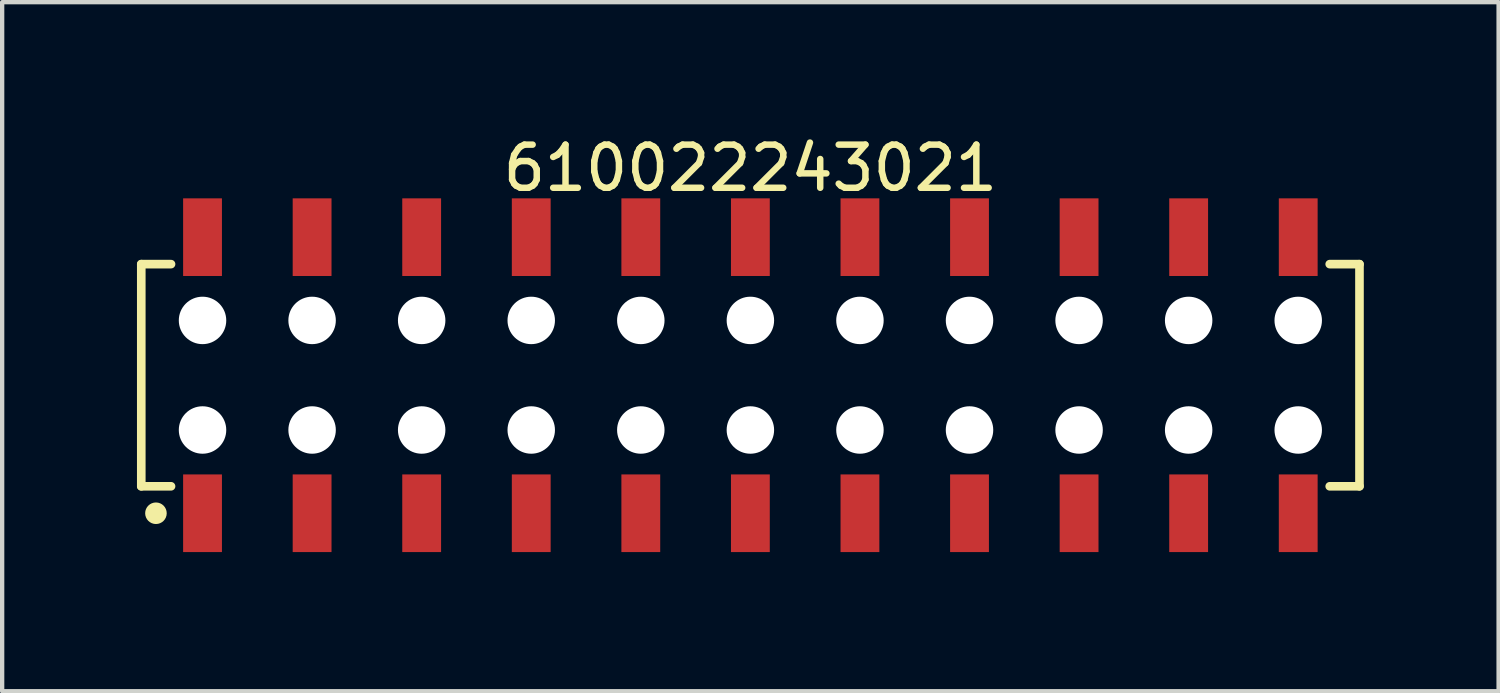
<source format=kicad_pcb>
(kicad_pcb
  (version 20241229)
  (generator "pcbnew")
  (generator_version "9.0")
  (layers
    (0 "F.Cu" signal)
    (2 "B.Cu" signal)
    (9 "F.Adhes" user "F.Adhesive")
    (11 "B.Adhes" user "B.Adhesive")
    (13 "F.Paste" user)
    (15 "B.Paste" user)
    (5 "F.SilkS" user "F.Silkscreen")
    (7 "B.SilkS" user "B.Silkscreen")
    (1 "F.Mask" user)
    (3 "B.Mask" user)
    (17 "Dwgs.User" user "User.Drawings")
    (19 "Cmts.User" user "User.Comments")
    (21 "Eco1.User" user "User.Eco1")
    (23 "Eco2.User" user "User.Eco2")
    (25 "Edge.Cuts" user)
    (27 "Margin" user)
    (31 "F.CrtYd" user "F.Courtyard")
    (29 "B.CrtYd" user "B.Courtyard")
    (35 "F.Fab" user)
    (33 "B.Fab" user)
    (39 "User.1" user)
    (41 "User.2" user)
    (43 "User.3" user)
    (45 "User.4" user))
  (footprint "610022243021"
    (layer "F.Cu")
    (at 14.345 5.648)
    (property "Reference" "610022243021" (at 0 -4.8 0) (layer "F.SilkS") (effects (font (size 1 1) (thickness 0.15))))
    (fp_line (start -14.12 -2.575) (end -13.43 -2.575) (stroke (width 0.2) (type solid)) (layer "F.SilkS"))
    (fp_line (start -14.12 2.575) (end -14.12 -2.575) (stroke (width 0.2) (type solid)) (layer "F.SilkS"))
    (fp_line (start -14.12 2.575) (end -13.43 2.575) (stroke (width 0.2) (type solid)) (layer "F.SilkS"))
    (fp_line (start 13.43 -2.575) (end 14.12 -2.575) (stroke (width 0.2) (type solid)) (layer "F.SilkS"))
    (fp_line (start 13.43 2.575) (end 14.12 2.575) (stroke (width 0.2) (type solid)) (layer "F.SilkS"))
    (fp_line (start 14.12 2.575) (end 14.12 -2.575) (stroke (width 0.2) (type solid)) (layer "F.SilkS"))
    (fp_circle (center -13.78 3.2) (end -13.78 3.075) (stroke (width 0.25) (type solid)) (fill no) (layer "F.SilkS"))
    (fp_line (start -14.32 -4.3) (end 14.32 -4.3) (stroke (width 0.05) (type solid)) (layer "Eco2.User"))
    (fp_line (start -14.32 4.3) (end -14.32 -4.3) (stroke (width 0.05) (type solid)) (layer "Eco2.User"))
    (fp_line (start -14.32 4.3) (end 14.32 4.3) (stroke (width 0.05) (type solid)) (layer "Eco2.User"))
    (fp_line (start -13.97 -2.5) (end 13.97 -2.5) (stroke (width 0.1) (type solid)) (layer "Eco2.User"))
    (fp_line (start -13.97 2.5) (end -13.97 -2.5) (stroke (width 0.1) (type solid)) (layer "Eco2.User"))
    (fp_line (start -13.97 2.5) (end 13.97 2.5) (stroke (width 0.1) (type solid)) (layer "Eco2.User"))
    (fp_line (start -12.95 -3.6) (end -12.45 -3.6) (stroke (width 0.1) (type solid)) (layer "Eco2.User"))
    (fp_line (start -12.95 -2.5) (end -12.95 -3.6) (stroke (width 0.1) (type solid)) (layer "Eco2.User"))
    (fp_line (start -12.95 3.6) (end -12.95 2.5) (stroke (width 0.1) (type solid)) (layer "Eco2.User"))
    (fp_line (start -12.95 3.6) (end -12.45 3.6) (stroke (width 0.1) (type solid)) (layer "Eco2.User"))
    (fp_line (start -12.45 -2.5) (end -12.45 -3.6) (stroke (width 0.1) (type solid)) (layer "Eco2.User"))
    (fp_line (start -12.45 3.6) (end -12.45 2.5) (stroke (width 0.1) (type solid)) (layer "Eco2.User"))
    (fp_line (start -10.41 -3.6) (end -9.91 -3.6) (stroke (width 0.1) (type solid)) (layer "Eco2.User"))
    (fp_line (start -10.41 -2.5) (end -10.41 -3.6) (stroke (width 0.1) (type solid)) (layer "Eco2.User"))
    (fp_line (start -10.41 3.6) (end -10.41 2.5) (stroke (width 0.1) (type solid)) (layer "Eco2.User"))
    (fp_line (start -10.41 3.6) (end -9.91 3.6) (stroke (width 0.1) (type solid)) (layer "Eco2.User"))
    (fp_line (start -9.91 -2.5) (end -9.91 -3.6) (stroke (width 0.1) (type solid)) (layer "Eco2.User"))
    (fp_line (start -9.91 3.6) (end -9.91 2.5) (stroke (width 0.1) (type solid)) (layer "Eco2.User"))
    (fp_line (start -7.87 -3.6) (end -7.37 -3.6) (stroke (width 0.1) (type solid)) (layer "Eco2.User"))
    (fp_line (start -7.87 -2.5) (end -7.87 -3.6) (stroke (width 0.1) (type solid)) (layer "Eco2.User"))
    (fp_line (start -7.87 3.6) (end -7.87 2.5) (stroke (width 0.1) (type solid)) (layer "Eco2.User"))
    (fp_line (start -7.87 3.6) (end -7.37 3.6) (stroke (width 0.1) (type solid)) (layer "Eco2.User"))
    (fp_line (start -7.37 -2.5) (end -7.37 -3.6) (stroke (width 0.1) (type solid)) (layer "Eco2.User"))
    (fp_line (start -7.37 3.6) (end -7.37 2.5) (stroke (width 0.1) (type solid)) (layer "Eco2.User"))
    (fp_line (start -5.33 -3.6) (end -4.83 -3.6) (stroke (width 0.1) (type solid)) (layer "Eco2.User"))
    (fp_line (start -5.33 -2.5) (end -5.33 -3.6) (stroke (width 0.1) (type solid)) (layer "Eco2.User"))
    (fp_line (start -5.33 3.6) (end -5.33 2.5) (stroke (width 0.1) (type solid)) (layer "Eco2.User"))
    (fp_line (start -5.33 3.6) (end -4.83 3.6) (stroke (width 0.1) (type solid)) (layer "Eco2.User"))
    (fp_line (start -4.83 -2.5) (end -4.83 -3.6) (stroke (width 0.1) (type solid)) (layer "Eco2.User"))
    (fp_line (start -4.83 3.6) (end -4.83 2.5) (stroke (width 0.1) (type solid)) (layer "Eco2.User"))
    (fp_line (start -2.79 -3.6) (end -2.29 -3.6) (stroke (width 0.1) (type solid)) (layer "Eco2.User"))
    (fp_line (start -2.79 -2.5) (end -2.79 -3.6) (stroke (width 0.1) (type solid)) (layer "Eco2.User"))
    (fp_line (start -2.79 3.6) (end -2.79 2.5) (stroke (width 0.1) (type solid)) (layer "Eco2.User"))
    (fp_line (start -2.79 3.6) (end -2.29 3.6) (stroke (width 0.1) (type solid)) (layer "Eco2.User"))
    (fp_line (start -2.29 -2.5) (end -2.29 -3.6) (stroke (width 0.1) (type solid)) (layer "Eco2.User"))
    (fp_line (start -2.29 3.6) (end -2.29 2.5) (stroke (width 0.1) (type solid)) (layer "Eco2.User"))
    (fp_line (start -0.5 0) (end 0.5 0) (stroke (width 0.05) (type solid)) (layer "Eco2.User"))
    (fp_line (start -0.25 -3.6) (end 0.25 -3.6) (stroke (width 0.1) (type solid)) (layer "Eco2.User"))
    (fp_line (start -0.25 -2.5) (end -0.25 -3.6) (stroke (width 0.1) (type solid)) (layer "Eco2.User"))
    (fp_line (start -0.25 3.6) (end -0.25 2.5) (stroke (width 0.1) (type solid)) (layer "Eco2.User"))
    (fp_line (start -0.25 3.6) (end 0.25 3.6) (stroke (width 0.1) (type solid)) (layer "Eco2.User"))
    (fp_line (start 0 0.5) (end 0 -0.5) (stroke (width 0.05) (type solid)) (layer "Eco2.User"))
    (fp_line (start 0.25 -2.5) (end 0.25 -3.6) (stroke (width 0.1) (type solid)) (layer "Eco2.User"))
    (fp_line (start 0.25 3.6) (end 0.25 2.5) (stroke (width 0.1) (type solid)) (layer "Eco2.User"))
    (fp_line (start 2.29 -3.6) (end 2.79 -3.6) (stroke (width 0.1) (type solid)) (layer "Eco2.User"))
    (fp_line (start 2.29 -2.5) (end 2.29 -3.6) (stroke (width 0.1) (type solid)) (layer "Eco2.User"))
    (fp_line (start 2.29 3.6) (end 2.29 2.5) (stroke (width 0.1) (type solid)) (layer "Eco2.User"))
    (fp_line (start 2.29 3.6) (end 2.79 3.6) (stroke (width 0.1) (type solid)) (layer "Eco2.User"))
    (fp_line (start 2.79 -2.5) (end 2.79 -3.6) (stroke (width 0.1) (type solid)) (layer "Eco2.User"))
    (fp_line (start 2.79 3.6) (end 2.79 2.5) (stroke (width 0.1) (type solid)) (layer "Eco2.User"))
    (fp_line (start 4.83 -3.6) (end 5.33 -3.6) (stroke (width 0.1) (type solid)) (layer "Eco2.User"))
    (fp_line (start 4.83 -2.5) (end 4.83 -3.6) (stroke (width 0.1) (type solid)) (layer "Eco2.User"))
    (fp_line (start 4.83 3.6) (end 4.83 2.5) (stroke (width 0.1) (type solid)) (layer "Eco2.User"))
    (fp_line (start 4.83 3.6) (end 5.33 3.6) (stroke (width 0.1) (type solid)) (layer "Eco2.User"))
    (fp_line (start 5.33 -2.5) (end 5.33 -3.6) (stroke (width 0.1) (type solid)) (layer "Eco2.User"))
    (fp_line (start 5.33 3.6) (end 5.33 2.5) (stroke (width 0.1) (type solid)) (layer "Eco2.User"))
    (fp_line (start 7.37 -3.6) (end 7.87 -3.6) (stroke (width 0.1) (type solid)) (layer "Eco2.User"))
    (fp_line (start 7.37 -2.5) (end 7.37 -3.6) (stroke (width 0.1) (type solid)) (layer "Eco2.User"))
    (fp_line (start 7.37 3.6) (end 7.37 2.5) (stroke (width 0.1) (type solid)) (layer "Eco2.User"))
    (fp_line (start 7.37 3.6) (end 7.87 3.6) (stroke (width 0.1) (type solid)) (layer "Eco2.User"))
    (fp_line (start 7.87 -2.5) (end 7.87 -3.6) (stroke (width 0.1) (type solid)) (layer "Eco2.User"))
    (fp_line (start 7.87 3.6) (end 7.87 2.5) (stroke (width 0.1) (type solid)) (layer "Eco2.User"))
    (fp_line (start 9.91 -3.6) (end 10.41 -3.6) (stroke (width 0.1) (type solid)) (layer "Eco2.User"))
    (fp_line (start 9.91 -2.5) (end 9.91 -3.6) (stroke (width 0.1) (type solid)) (layer "Eco2.User"))
    (fp_line (start 9.91 3.6) (end 9.91 2.5) (stroke (width 0.1) (type solid)) (layer "Eco2.User"))
    (fp_line (start 9.91 3.6) (end 10.41 3.6) (stroke (width 0.1) (type solid)) (layer "Eco2.User"))
    (fp_line (start 10.41 -2.5) (end 10.41 -3.6) (stroke (width 0.1) (type solid)) (layer "Eco2.User"))
    (fp_line (start 10.41 3.6) (end 10.41 2.5) (stroke (width 0.1) (type solid)) (layer "Eco2.User"))
    (fp_line (start 12.45 -3.6) (end 12.95 -3.6) (stroke (width 0.1) (type solid)) (layer "Eco2.User"))
    (fp_line (start 12.45 -2.5) (end 12.45 -3.6) (stroke (width 0.1) (type solid)) (layer "Eco2.User"))
    (fp_line (start 12.45 3.6) (end 12.45 2.5) (stroke (width 0.1) (type solid)) (layer "Eco2.User"))
    (fp_line (start 12.45 3.6) (end 12.95 3.6) (stroke (width 0.1) (type solid)) (layer "Eco2.User"))
    (fp_line (start 12.95 -2.5) (end 12.95 -3.6) (stroke (width 0.1) (type solid)) (layer "Eco2.User"))
    (fp_line (start 12.95 3.6) (end 12.95 2.5) (stroke (width 0.1) (type solid)) (layer "Eco2.User"))
    (fp_line (start 13.97 2.5) (end 13.97 -2.5) (stroke (width 0.1) (type solid)) (layer "Eco2.User"))
    (fp_line (start 14.32 4.3) (end 14.32 -4.3) (stroke (width 0.05) (type solid)) (layer "Eco2.User"))
    (fp_text user "${REFERENCE}" (at 0.15 -0.197 0) (unlocked yes) (layer "User.3") (effects (font (size 1.5 1.5) (thickness 0.15))))
    (pad "" np_thru_hole circle (at -12.7 -1.27) (size 1.1 1.1) (drill 1.1) (layers "*.Cu" "*.Mask"))
    (pad "" np_thru_hole circle (at -12.7 1.27) (size 1.1 1.1) (drill 1.1) (layers "*.Cu" "*.Mask"))
    (pad "" np_thru_hole circle (at -10.16 -1.27) (size 1.1 1.1) (drill 1.1) (layers "*.Cu" "*.Mask"))
    (pad "" np_thru_hole circle (at -10.16 1.27) (size 1.1 1.1) (drill 1.1) (layers "*.Cu" "*.Mask"))
    (pad "" np_thru_hole circle (at -7.62 -1.27) (size 1.1 1.1) (drill 1.1) (layers "*.Cu" "*.Mask"))
    (pad "" np_thru_hole circle (at -7.62 1.27) (size 1.1 1.1) (drill 1.1) (layers "*.Cu" "*.Mask"))
    (pad "" np_thru_hole circle (at -5.08 -1.27) (size 1.1 1.1) (drill 1.1) (layers "*.Cu" "*.Mask"))
    (pad "" np_thru_hole circle (at -5.08 1.27) (size 1.1 1.1) (drill 1.1) (layers "*.Cu" "*.Mask"))
    (pad "" np_thru_hole circle (at -2.54 -1.27) (size 1.1 1.1) (drill 1.1) (layers "*.Cu" "*.Mask"))
    (pad "" np_thru_hole circle (at -2.54 1.27) (size 1.1 1.1) (drill 1.1) (layers "*.Cu" "*.Mask"))
    (pad "" np_thru_hole circle (at 0 -1.27) (size 1.1 1.1) (drill 1.1) (layers "*.Cu" "*.Mask"))
    (pad "" np_thru_hole circle (at 0 1.27) (size 1.1 1.1) (drill 1.1) (layers "*.Cu" "*.Mask"))
    (pad "" np_thru_hole circle (at 2.54 -1.27) (size 1.1 1.1) (drill 1.1) (layers "*.Cu" "*.Mask"))
    (pad "" np_thru_hole circle (at 2.54 1.27) (size 1.1 1.1) (drill 1.1) (layers "*.Cu" "*.Mask"))
    (pad "" np_thru_hole circle (at 5.08 -1.27) (size 1.1 1.1) (drill 1.1) (layers "*.Cu" "*.Mask"))
    (pad "" np_thru_hole circle (at 5.08 1.27) (size 1.1 1.1) (drill 1.1) (layers "*.Cu" "*.Mask"))
    (pad "" np_thru_hole circle (at 7.62 -1.27) (size 1.1 1.1) (drill 1.1) (layers "*.Cu" "*.Mask"))
    (pad "" np_thru_hole circle (at 7.62 1.27) (size 1.1 1.1) (drill 1.1) (layers "*.Cu" "*.Mask"))
    (pad "" np_thru_hole circle (at 10.16 -1.27) (size 1.1 1.1) (drill 1.1) (layers "*.Cu" "*.Mask"))
    (pad "" np_thru_hole circle (at 10.16 1.27) (size 1.1 1.1) (drill 1.1) (layers "*.Cu" "*.Mask"))
    (pad "" np_thru_hole circle (at 12.7 -1.27) (size 1.1 1.1) (drill 1.1) (layers "*.Cu" "*.Mask"))
    (pad "" np_thru_hole circle (at 12.7 1.27) (size 1.1 1.1) (drill 1.1) (layers "*.Cu" "*.Mask"))
    (pad "1" smd rect (at -12.7 3.2) (size 0.9 1.8) (layers "F.Cu" "F.Mask" "F.Paste"))
    (pad "2" smd rect (at -12.7 -3.2) (size 0.9 1.8) (layers "F.Cu" "F.Mask" "F.Paste"))
    (pad "3" smd rect (at -10.16 3.2) (size 0.9 1.8) (layers "F.Cu" "F.Mask" "F.Paste"))
    (pad "4" smd rect (at -10.16 -3.2) (size 0.9 1.8) (layers "F.Cu" "F.Mask" "F.Paste"))
    (pad "5" smd rect (at -7.62 3.2) (size 0.9 1.8) (layers "F.Cu" "F.Mask" "F.Paste"))
    (pad "6" smd rect (at -7.62 -3.2) (size 0.9 1.8) (layers "F.Cu" "F.Mask" "F.Paste"))
    (pad "7" smd rect (at -5.08 3.2) (size 0.9 1.8) (layers "F.Cu" "F.Mask" "F.Paste"))
    (pad "8" smd rect (at -5.08 -3.2) (size 0.9 1.8) (layers "F.Cu" "F.Mask" "F.Paste"))
    (pad "9" smd rect (at -2.54 3.2) (size 0.9 1.8) (layers "F.Cu" "F.Mask" "F.Paste"))
    (pad "10" smd rect (at -2.54 -3.2) (size 0.9 1.8) (layers "F.Cu" "F.Mask" "F.Paste"))
    (pad "11" smd rect (at 0 3.2) (size 0.9 1.8) (layers "F.Cu" "F.Mask" "F.Paste"))
    (pad "12" smd rect (at 0 -3.2) (size 0.9 1.8) (layers "F.Cu" "F.Mask" "F.Paste"))
    (pad "13" smd rect (at 2.54 3.2) (size 0.9 1.8) (layers "F.Cu" "F.Mask" "F.Paste"))
    (pad "14" smd rect (at 2.54 -3.2) (size 0.9 1.8) (layers "F.Cu" "F.Mask" "F.Paste"))
    (pad "15" smd rect (at 5.08 3.2) (size 0.9 1.8) (layers "F.Cu" "F.Mask" "F.Paste"))
    (pad "16" smd rect (at 5.08 -3.2) (size 0.9 1.8) (layers "F.Cu" "F.Mask" "F.Paste"))
    (pad "17" smd rect (at 7.62 3.2) (size 0.9 1.8) (layers "F.Cu" "F.Mask" "F.Paste"))
    (pad "18" smd rect (at 7.62 -3.2) (size 0.9 1.8) (layers "F.Cu" "F.Mask" "F.Paste"))
    (pad "19" smd rect (at 10.16 3.2) (size 0.9 1.8) (layers "F.Cu" "F.Mask" "F.Paste"))
    (pad "20" smd rect (at 10.16 -3.2) (size 0.9 1.8) (layers "F.Cu" "F.Mask" "F.Paste"))
    (pad "21" smd rect (at 12.7 3.2) (size 0.9 1.8) (layers "F.Cu" "F.Mask" "F.Paste"))
    (pad "22" smd rect (at 12.7 -3.2) (size 0.9 1.8) (layers "F.Cu" "F.Mask" "F.Paste")))
  (gr_rect
    (start -3 -3)
    (end 31.69 12.973)
    (stroke (width 0.1) (type default))
    (fill no)
    (layer "Edge.Cuts")))
</source>
